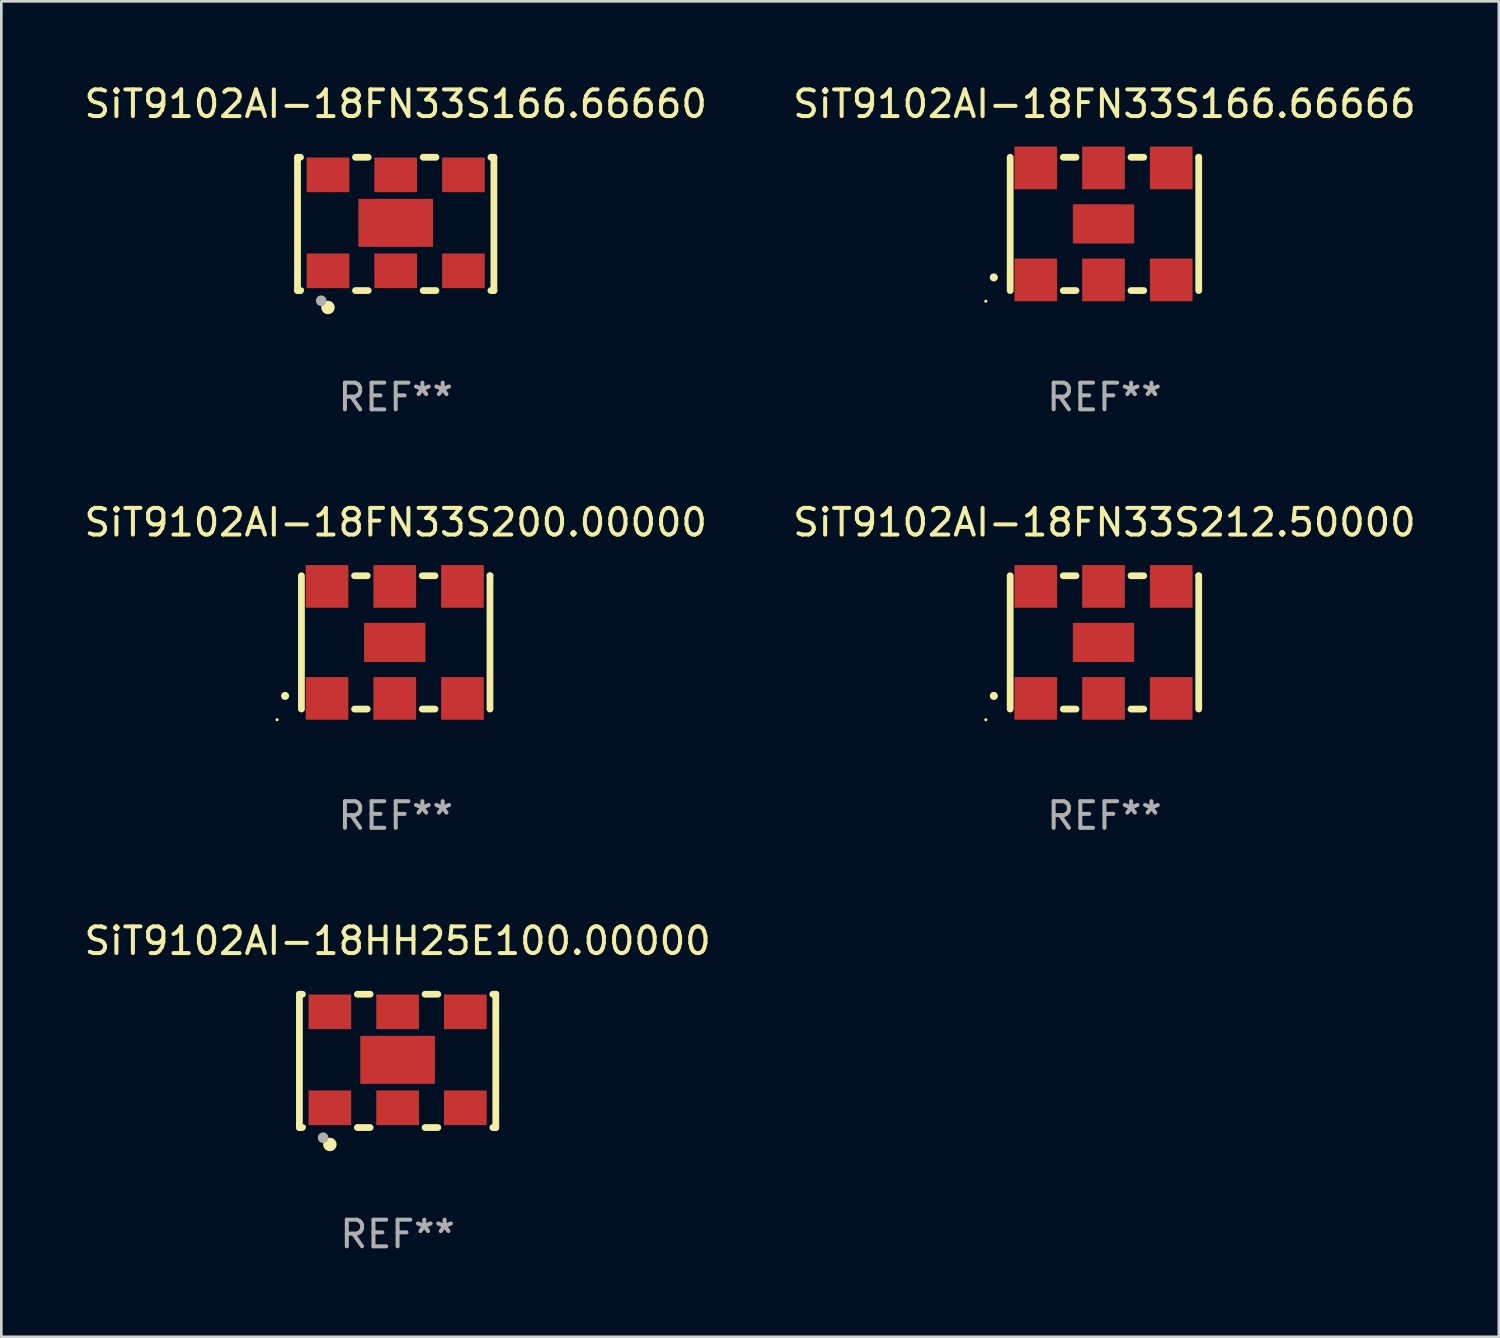
<source format=kicad_pcb>
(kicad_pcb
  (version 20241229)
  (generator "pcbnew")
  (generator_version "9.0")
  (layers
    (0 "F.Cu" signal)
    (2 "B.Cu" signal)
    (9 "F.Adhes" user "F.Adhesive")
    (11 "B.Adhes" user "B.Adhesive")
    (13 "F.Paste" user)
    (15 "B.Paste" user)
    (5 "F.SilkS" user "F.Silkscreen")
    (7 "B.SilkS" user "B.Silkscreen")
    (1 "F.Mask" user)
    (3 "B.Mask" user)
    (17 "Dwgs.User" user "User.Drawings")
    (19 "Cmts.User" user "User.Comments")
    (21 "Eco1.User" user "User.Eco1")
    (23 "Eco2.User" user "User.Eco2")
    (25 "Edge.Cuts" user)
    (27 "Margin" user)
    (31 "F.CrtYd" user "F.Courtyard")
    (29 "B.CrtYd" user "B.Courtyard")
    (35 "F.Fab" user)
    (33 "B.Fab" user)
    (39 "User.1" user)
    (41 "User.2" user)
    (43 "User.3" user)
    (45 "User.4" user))
  (footprint "SiT9102AI-18HH25E100.00000"
    (layer "F.Cu")
    (at 11.863 36.741)
    (property "Reference" "SiT9102AI-18HH25E100.00000" (at 0 -4.5 0) (layer "F.SilkS") (effects (font (size 1 1) (thickness 0.15))))
    (attr through_hole)
    (fp_line (start -3.683 -2.5) (end -3.571 -2.5) (stroke (width 0.254) (type solid)) (layer "F.SilkS"))
    (fp_line (start -3.683 2.5) (end -3.683 -2.5) (stroke (width 0.254) (type solid)) (layer "F.SilkS"))
    (fp_line (start -3.683 2.5) (end -3.571 2.5) (stroke (width 0.254) (type solid)) (layer "F.SilkS"))
    (fp_line (start -1.509 -2.5) (end -1.031 -2.5) (stroke (width 0.254) (type solid)) (layer "F.SilkS"))
    (fp_line (start -1.509 2.5) (end -1.031 2.5) (stroke (width 0.254) (type solid)) (layer "F.SilkS"))
    (fp_line (start 1.031 -2.5) (end 1.509 -2.5) (stroke (width 0.254) (type solid)) (layer "F.SilkS"))
    (fp_line (start 1.031 2.5) (end 1.509 2.5) (stroke (width 0.254) (type solid)) (layer "F.SilkS"))
    (fp_line (start 3.571 -2.5) (end 3.683 -2.5) (stroke (width 0.254) (type solid)) (layer "F.SilkS"))
    (fp_line (start 3.571 2.5) (end 3.683 2.5) (stroke (width 0.254) (type solid)) (layer "F.SilkS"))
    (fp_line (start 3.683 2.5) (end 3.683 -2.5) (stroke (width 0.254) (type solid)) (layer "F.SilkS"))
    (fp_circle (center -3.5 2.46) (end -3.47 2.46) (stroke (width 0.06) (type solid)) (fill no) (layer "F.SilkS"))
    (fp_circle (center -2.54 3.135) (end -2.413 3.135) (stroke (width 0.254) (type solid)) (fill no) (layer "F.SilkS"))
    (fp_circle (center -2.794 2.881) (end -2.694 2.881) (stroke (width 0.2) (type solid)) (fill no) (layer "F.Fab"))
    (fp_text user "REF**" (at 0 6.5 0) (layer "F.Fab") (effects (font (size 1 1) (thickness 0.15))))
    (pad "1" smd rect (at -2.54 1.76) (size 1.6 1.3) (layers "F.Cu" "F.Mask" "F.Paste"))
    (pad "2" smd rect (at 0 1.76) (size 1.6 1.3) (layers "F.Cu" "F.Mask" "F.Paste"))
    (pad "3" smd rect (at 2.54 1.76) (size 1.6 1.3) (layers "F.Cu" "F.Mask" "F.Paste"))
    (pad "4" smd rect (at 2.54 -1.84) (size 1.6 1.3) (layers "F.Cu" "F.Mask" "F.Paste"))
    (pad "5" smd rect (at 0 -1.84) (size 1.6 1.3) (layers "F.Cu" "F.Mask" "F.Paste"))
    (pad "6" smd rect (at -2.54 -1.84) (size 1.6 1.3) (layers "F.Cu" "F.Mask" "F.Paste"))
    (pad "7" smd rect (at 0 -0.04) (size 2.8 1.8) (layers "F.Cu" "F.Mask" "F.Paste")))
  (footprint "SiT9102AI-18FN33S166.66666"
    (layer "F.Cu")
    (at 38.375 5.348)
    (property "Reference" "SiT9102AI-18FN33S166.66666" (at 0 -4.5 0) (layer "F.SilkS") (effects (font (size 1 1) (thickness 0.15))))
    (attr through_hole)
    (fp_line (start -3.536 -2.5) (end -3.536 2.5) (stroke (width 0.254) (type solid)) (layer "F.SilkS"))
    (fp_line (start -1.544 2.5) (end -1.067 2.5) (stroke (width 0.254) (type solid)) (layer "F.SilkS"))
    (fp_line (start -1.067 -2.5) (end -1.544 -2.5) (stroke (width 0.254) (type solid)) (layer "F.SilkS"))
    (fp_line (start 0.996 2.5) (end 1.473 2.5) (stroke (width 0.254) (type solid)) (layer "F.SilkS"))
    (fp_line (start 1.473 -2.5) (end 0.996 -2.5) (stroke (width 0.254) (type solid)) (layer "F.SilkS"))
    (fp_line (start 3.536 -2.5) (end 3.536 -2.5) (stroke (width 0.254) (type solid)) (layer "F.SilkS"))
    (fp_line (start 3.536 2.5) (end 3.536 -2.5) (stroke (width 0.254) (type solid)) (layer "F.SilkS"))
    (fp_arc (start -4.150432 2.006604) (mid -4.149162 2.006599) (end -4.147892 2.006604) (stroke (width 0.3) (type solid)) (layer "F.SilkS"))
    (fp_circle (center -4.449 2.9) (end -4.419 2.9) (stroke (width 0.06) (type solid)) (fill no) (layer "F.SilkS"))
    (fp_text user "REF**" (at 0 6.5 0) (layer "F.Fab") (effects (font (size 1 1) (thickness 0.15))))
    (pad "1" smd rect (at -2.576 2.1) (size 1.6 1.6) (layers "F.Cu" "F.Mask" "F.Paste"))
    (pad "2" smd rect (at -0.036 2.1) (size 1.6 1.6) (layers "F.Cu" "F.Mask" "F.Paste"))
    (pad "3" smd rect (at 2.504 2.1) (size 1.6 1.6) (layers "F.Cu" "F.Mask" "F.Paste"))
    (pad "4" smd rect (at 2.504 -2.1) (size 1.6 1.6) (layers "F.Cu" "F.Mask" "F.Paste"))
    (pad "5" smd rect (at -0.036 -2.1) (size 1.6 1.6) (layers "F.Cu" "F.Mask" "F.Paste"))
    (pad "6" smd rect (at -2.576 -2.1) (size 1.6 1.6) (layers "F.Cu" "F.Mask" "F.Paste"))
    (pad "7" smd rect (at -0.036 0) (size 2.3 1.47) (layers "F.Cu" "F.Mask" "F.Paste")))
  (footprint "SiT9102AI-18FN33S212.50000"
    (layer "F.Cu")
    (at 38.375 21.045)
    (property "Reference" "SiT9102AI-18FN33S212.50000" (at 0 -4.5 0) (layer "F.SilkS") (effects (font (size 1 1) (thickness 0.15))))
    (attr through_hole)
    (fp_line (start -3.536 -2.5) (end -3.536 2.5) (stroke (width 0.254) (type solid)) (layer "F.SilkS"))
    (fp_line (start -1.544 2.5) (end -1.067 2.5) (stroke (width 0.254) (type solid)) (layer "F.SilkS"))
    (fp_line (start -1.067 -2.5) (end -1.544 -2.5) (stroke (width 0.254) (type solid)) (layer "F.SilkS"))
    (fp_line (start 0.996 2.5) (end 1.473 2.5) (stroke (width 0.254) (type solid)) (layer "F.SilkS"))
    (fp_line (start 1.473 -2.5) (end 0.996 -2.5) (stroke (width 0.254) (type solid)) (layer "F.SilkS"))
    (fp_line (start 3.536 -2.5) (end 3.536 -2.5) (stroke (width 0.254) (type solid)) (layer "F.SilkS"))
    (fp_line (start 3.536 2.5) (end 3.536 -2.5) (stroke (width 0.254) (type solid)) (layer "F.SilkS"))
    (fp_arc (start -4.150432 2.006604) (mid -4.149162 2.006599) (end -4.147892 2.006604) (stroke (width 0.3) (type solid)) (layer "F.SilkS"))
    (fp_circle (center -4.449 2.9) (end -4.419 2.9) (stroke (width 0.06) (type solid)) (fill no) (layer "F.SilkS"))
    (fp_text user "REF**" (at 0 6.5 0) (layer "F.Fab") (effects (font (size 1 1) (thickness 0.15))))
    (pad "1" smd rect (at -2.576 2.1) (size 1.6 1.6) (layers "F.Cu" "F.Mask" "F.Paste"))
    (pad "2" smd rect (at -0.036 2.1) (size 1.6 1.6) (layers "F.Cu" "F.Mask" "F.Paste"))
    (pad "3" smd rect (at 2.504 2.1) (size 1.6 1.6) (layers "F.Cu" "F.Mask" "F.Paste"))
    (pad "4" smd rect (at 2.504 -2.1) (size 1.6 1.6) (layers "F.Cu" "F.Mask" "F.Paste"))
    (pad "5" smd rect (at -0.036 -2.1) (size 1.6 1.6) (layers "F.Cu" "F.Mask" "F.Paste"))
    (pad "6" smd rect (at -2.576 -2.1) (size 1.6 1.6) (layers "F.Cu" "F.Mask" "F.Paste"))
    (pad "7" smd rect (at -0.036 0) (size 2.3 1.47) (layers "F.Cu" "F.Mask" "F.Paste")))
  (footprint "SiT9102AI-18FN33S166.66660"
    (layer "F.Cu")
    (at 11.792 5.348)
    (property "Reference" "SiT9102AI-18FN33S166.66660" (at 0 -4.5 0) (layer "F.SilkS") (effects (font (size 1 1) (thickness 0.15))))
    (attr through_hole)
    (fp_line (start -3.683 -2.5) (end -3.571 -2.5) (stroke (width 0.254) (type solid)) (layer "F.SilkS"))
    (fp_line (start -3.683 2.5) (end -3.683 -2.5) (stroke (width 0.254) (type solid)) (layer "F.SilkS"))
    (fp_line (start -3.683 2.5) (end -3.571 2.5) (stroke (width 0.254) (type solid)) (layer "F.SilkS"))
    (fp_line (start -1.509 -2.5) (end -1.031 -2.5) (stroke (width 0.254) (type solid)) (layer "F.SilkS"))
    (fp_line (start -1.509 2.5) (end -1.031 2.5) (stroke (width 0.254) (type solid)) (layer "F.SilkS"))
    (fp_line (start 1.031 -2.5) (end 1.509 -2.5) (stroke (width 0.254) (type solid)) (layer "F.SilkS"))
    (fp_line (start 1.031 2.5) (end 1.509 2.5) (stroke (width 0.254) (type solid)) (layer "F.SilkS"))
    (fp_line (start 3.571 -2.5) (end 3.683 -2.5) (stroke (width 0.254) (type solid)) (layer "F.SilkS"))
    (fp_line (start 3.571 2.5) (end 3.683 2.5) (stroke (width 0.254) (type solid)) (layer "F.SilkS"))
    (fp_line (start 3.683 2.5) (end 3.683 -2.5) (stroke (width 0.254) (type solid)) (layer "F.SilkS"))
    (fp_circle (center -3.5 2.46) (end -3.47 2.46) (stroke (width 0.06) (type solid)) (fill no) (layer "F.SilkS"))
    (fp_circle (center -2.54 3.135) (end -2.413 3.135) (stroke (width 0.254) (type solid)) (fill no) (layer "F.SilkS"))
    (fp_circle (center -2.794 2.881) (end -2.694 2.881) (stroke (width 0.2) (type solid)) (fill no) (layer "F.Fab"))
    (fp_text user "REF**" (at 0 6.5 0) (layer "F.Fab") (effects (font (size 1 1) (thickness 0.15))))
    (pad "1" smd rect (at -2.54 1.76) (size 1.6 1.3) (layers "F.Cu" "F.Mask" "F.Paste"))
    (pad "2" smd rect (at 0 1.76) (size 1.6 1.3) (layers "F.Cu" "F.Mask" "F.Paste"))
    (pad "3" smd rect (at 2.54 1.76) (size 1.6 1.3) (layers "F.Cu" "F.Mask" "F.Paste"))
    (pad "4" smd rect (at 2.54 -1.84) (size 1.6 1.3) (layers "F.Cu" "F.Mask" "F.Paste"))
    (pad "5" smd rect (at 0 -1.84) (size 1.6 1.3) (layers "F.Cu" "F.Mask" "F.Paste"))
    (pad "6" smd rect (at -2.54 -1.84) (size 1.6 1.3) (layers "F.Cu" "F.Mask" "F.Paste"))
    (pad "7" smd rect (at 0 -0.04) (size 2.8 1.8) (layers "F.Cu" "F.Mask" "F.Paste")))
  (footprint "SiT9102AI-18FN33S200.00000"
    (layer "F.Cu")
    (at 11.792 21.045)
    (property "Reference" "SiT9102AI-18FN33S200.00000" (at 0 -4.5 0) (layer "F.SilkS") (effects (font (size 1 1) (thickness 0.15))))
    (attr through_hole)
    (fp_line (start -3.536 -2.5) (end -3.536 2.5) (stroke (width 0.254) (type solid)) (layer "F.SilkS"))
    (fp_line (start -1.544 2.5) (end -1.067 2.5) (stroke (width 0.254) (type solid)) (layer "F.SilkS"))
    (fp_line (start -1.067 -2.5) (end -1.544 -2.5) (stroke (width 0.254) (type solid)) (layer "F.SilkS"))
    (fp_line (start 0.996 2.5) (end 1.473 2.5) (stroke (width 0.254) (type solid)) (layer "F.SilkS"))
    (fp_line (start 1.473 -2.5) (end 0.996 -2.5) (stroke (width 0.254) (type solid)) (layer "F.SilkS"))
    (fp_line (start 3.536 -2.5) (end 3.536 -2.5) (stroke (width 0.254) (type solid)) (layer "F.SilkS"))
    (fp_line (start 3.536 2.5) (end 3.536 -2.5) (stroke (width 0.254) (type solid)) (layer "F.SilkS"))
    (fp_arc (start -4.150432 2.006604) (mid -4.149162 2.006599) (end -4.147892 2.006604) (stroke (width 0.3) (type solid)) (layer "F.SilkS"))
    (fp_circle (center -4.449 2.9) (end -4.419 2.9) (stroke (width 0.06) (type solid)) (fill no) (layer "F.SilkS"))
    (fp_text user "REF**" (at 0 6.5 0) (layer "F.Fab") (effects (font (size 1 1) (thickness 0.15))))
    (pad "1" smd rect (at -2.576 2.1) (size 1.6 1.6) (layers "F.Cu" "F.Mask" "F.Paste"))
    (pad "2" smd rect (at -0.036 2.1) (size 1.6 1.6) (layers "F.Cu" "F.Mask" "F.Paste"))
    (pad "3" smd rect (at 2.504 2.1) (size 1.6 1.6) (layers "F.Cu" "F.Mask" "F.Paste"))
    (pad "4" smd rect (at 2.504 -2.1) (size 1.6 1.6) (layers "F.Cu" "F.Mask" "F.Paste"))
    (pad "5" smd rect (at -0.036 -2.1) (size 1.6 1.6) (layers "F.Cu" "F.Mask" "F.Paste"))
    (pad "6" smd rect (at -2.576 -2.1) (size 1.6 1.6) (layers "F.Cu" "F.Mask" "F.Paste"))
    (pad "7" smd rect (at -0.036 0) (size 2.3 1.47) (layers "F.Cu" "F.Mask" "F.Paste")))
  (gr_rect
    (start -3 -3)
    (end 53.167 47.09)
    (stroke (width 0.1) (type default))
    (fill no)
    (layer "Edge.Cuts")))
</source>
